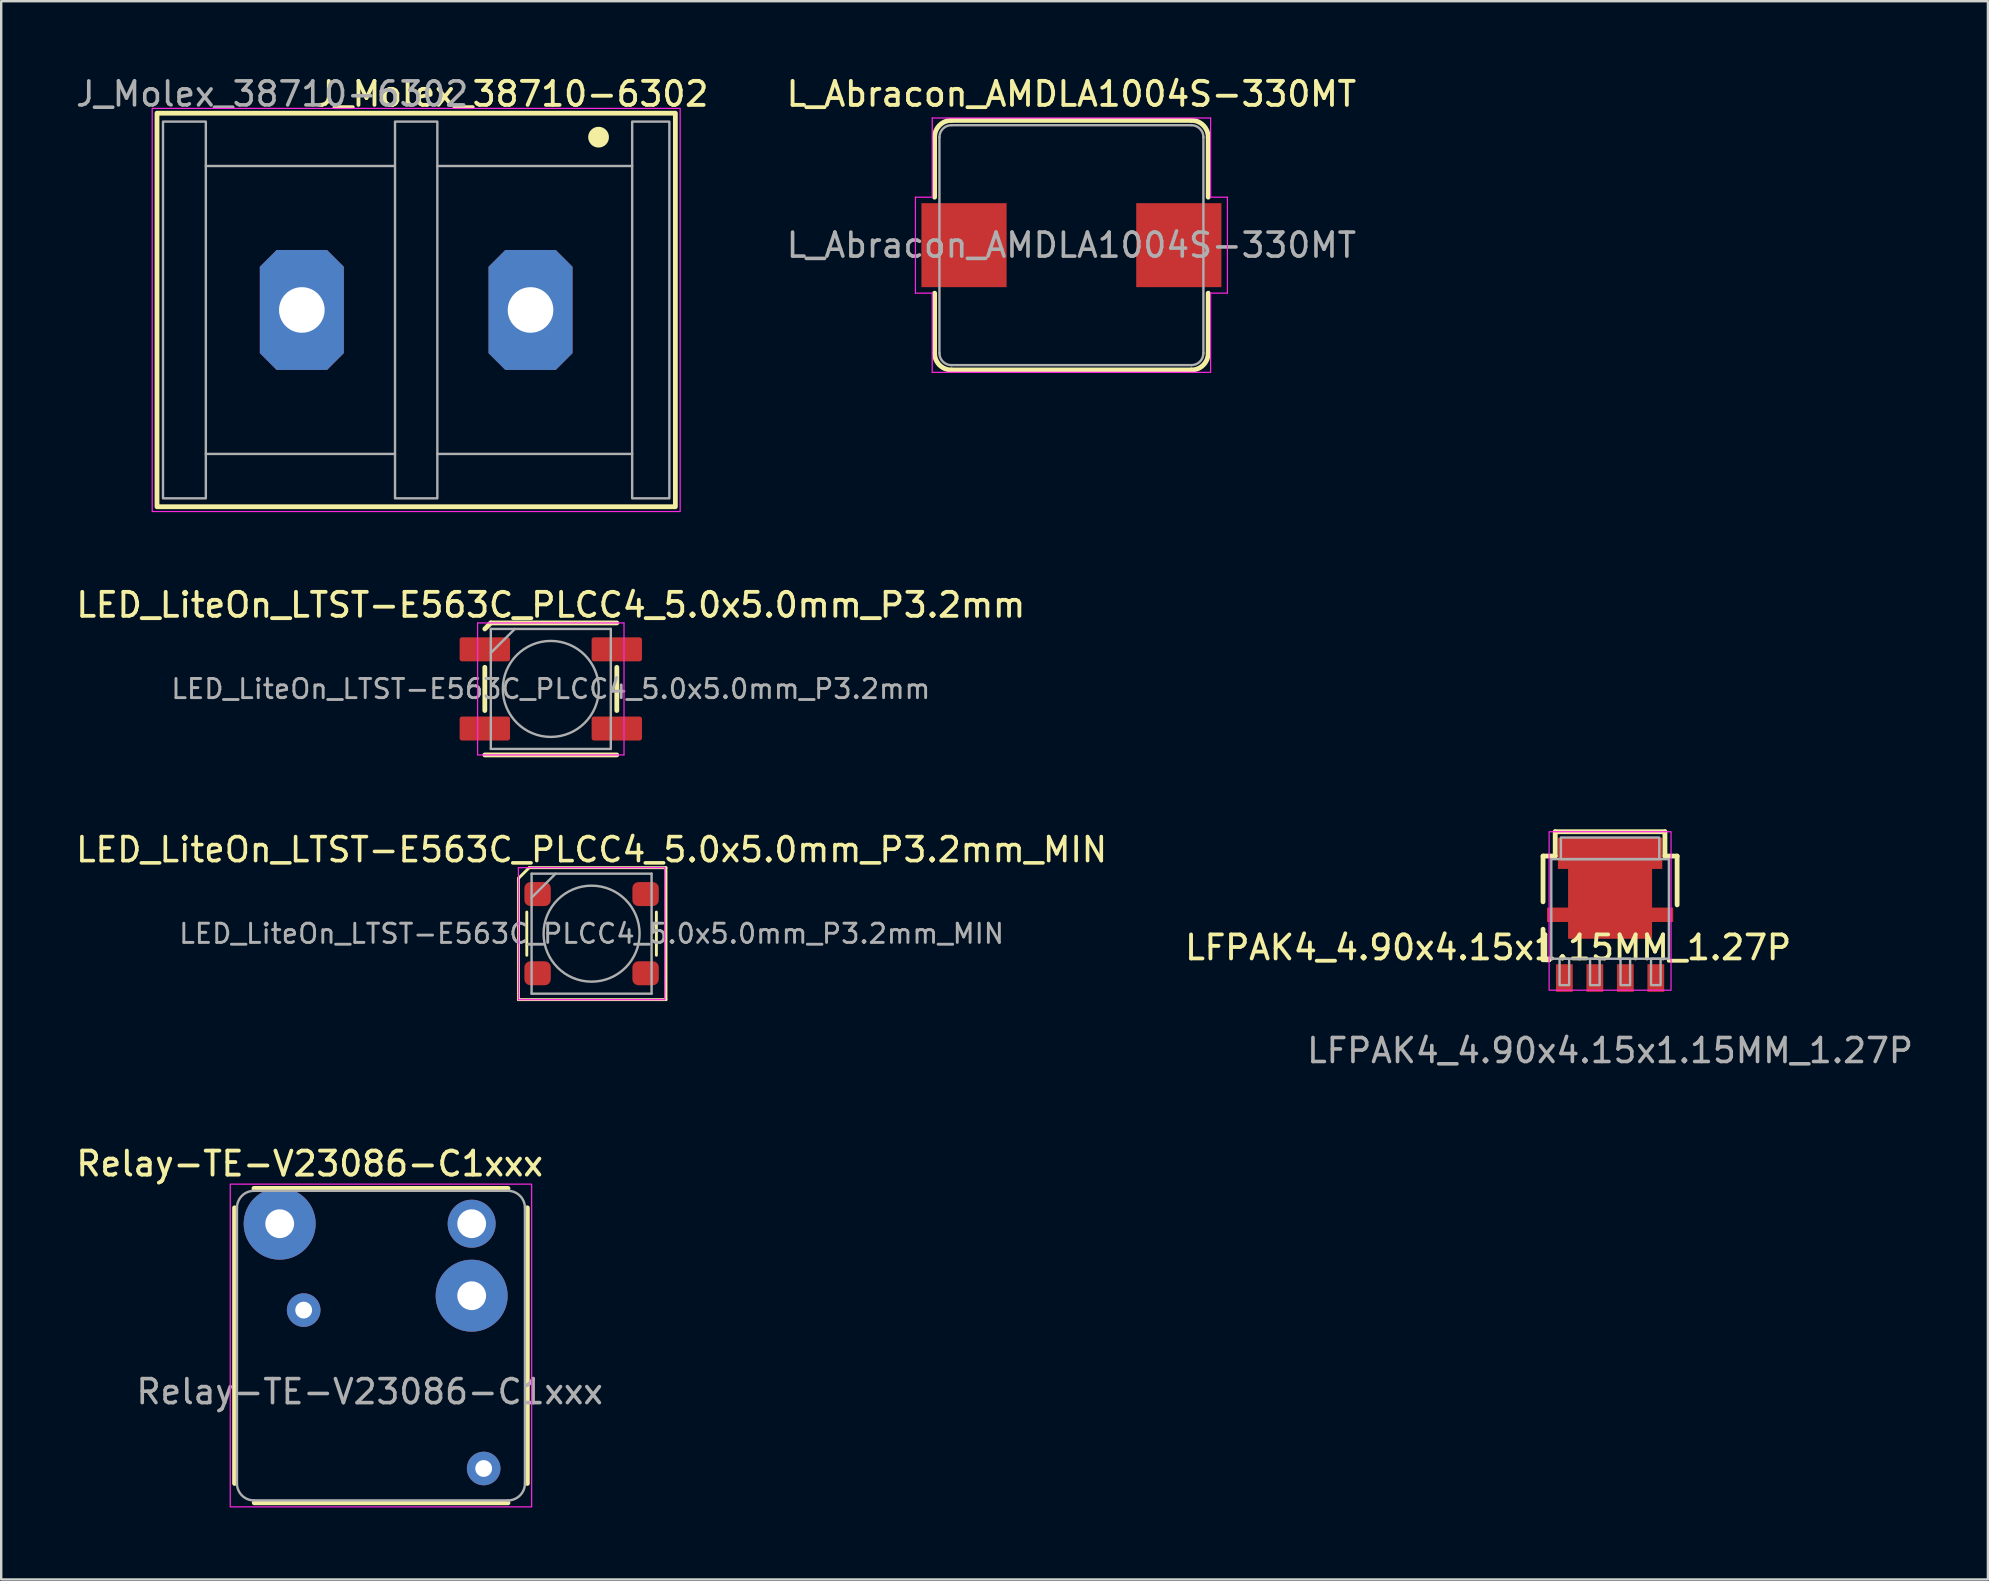
<source format=kicad_pcb>
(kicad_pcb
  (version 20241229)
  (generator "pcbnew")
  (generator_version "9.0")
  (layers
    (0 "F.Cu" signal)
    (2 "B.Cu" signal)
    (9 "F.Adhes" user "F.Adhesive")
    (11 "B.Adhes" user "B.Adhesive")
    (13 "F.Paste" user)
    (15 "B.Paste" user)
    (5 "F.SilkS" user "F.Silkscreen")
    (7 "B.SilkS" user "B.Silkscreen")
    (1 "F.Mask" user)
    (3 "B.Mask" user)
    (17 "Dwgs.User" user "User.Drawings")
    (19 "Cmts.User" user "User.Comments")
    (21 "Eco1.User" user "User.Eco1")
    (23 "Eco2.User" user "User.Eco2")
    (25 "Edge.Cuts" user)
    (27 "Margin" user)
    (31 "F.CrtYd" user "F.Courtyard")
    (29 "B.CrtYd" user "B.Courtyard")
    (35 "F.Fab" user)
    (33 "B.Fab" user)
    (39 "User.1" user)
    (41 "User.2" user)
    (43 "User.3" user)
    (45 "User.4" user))
  (footprint "Relay-TE-V23086-C1xxx"
    (layer "F.Cu")
    (at 8.104 47.941)
    (property "Reference" "Relay-TE-V23086-C1xxx" (at 1.75 -2.5 0) (unlocked yes) (layer "F.SilkS") (effects (font (size 1 1) (thickness 0.16))))
    (attr through_hole)
    (fp_line (start -1.38 -0.663) (end -1.38 10.823) (stroke (width 0.2) (type solid)) (layer "F.SilkS"))
    (fp_line (start -0.573 -1.47) (end 10.013 -1.47) (stroke (width 0.2) (type solid)) (layer "F.SilkS"))
    (fp_line (start -0.56 11.63) (end 10.013 11.63) (stroke (width 0.2) (type solid)) (layer "F.SilkS"))
    (fp_line (start 10.82 -0.663) (end 10.82 10.823) (stroke (width 0.2) (type solid)) (layer "F.SilkS"))
    (fp_rect (start -1.56 -1.65) (end 11 11.8) (stroke (width 0.05) (type solid)) (fill no) (layer "F.CrtYd"))
    (fp_line (start -1.28 -0.663) (end -1.28 10.823) (stroke (width 0.1) (type default)) (layer "F.Fab"))
    (fp_line (start -0.573 -1.37) (end 10.013 -1.37) (stroke (width 0.1) (type default)) (layer "F.Fab"))
    (fp_line (start -0.56 11.53) (end 10.013 11.53) (stroke (width 0.1) (type solid)) (layer "F.Fab"))
    (fp_line (start 10.72 -0.663) (end 10.72 10.823) (stroke (width 0.1) (type solid)) (layer "F.Fab"))
    (fp_arc (start -1.28 -0.662893) (mid -1.072893 -1.162893) (end -0.572893 -1.37) (stroke (width 0.1) (type default)) (layer "F.Fab"))
    (fp_arc (start -0.572893 11.53) (mid -1.072893 11.322893) (end -1.28 10.822893) (stroke (width 0.1) (type default)) (layer "F.Fab"))
    (fp_arc (start 10.012895 -1.37) (mid 10.512819 -1.162924) (end 10.719895 -0.663) (stroke (width 0.1) (type default)) (layer "F.Fab"))
    (fp_arc (start 10.719893 10.822893) (mid 10.512817 11.322817) (end 10.012893 11.529893) (stroke (width 0.1) (type default)) (layer "F.Fab"))
    (fp_text user "${REFERENCE}" (at 4.25 7 0) (unlocked yes) (layer "F.Fab") (effects (font (size 1 1) (thickness 0.15))))
    (pad "1" thru_hole circle (at 1.5 3.6) (size 1.4 1.4) (drill 0.7) (layers "*.Cu" "*.Mask"))
    (pad "2" thru_hole circle (at 9 10.2) (size 1.4 1.4) (drill 0.7) (layers "*.Cu" "*.Mask"))
    (pad "3" thru_hole circle (at 8.5 0) (size 2 2) (drill 1.2) (layers "*.Cu" "*.Mask"))
    (pad "4" thru_hole circle (at 0.5 0) (size 3 3) (drill 1.2) (layers "*.Cu" "*.Mask"))
    (pad "5" thru_hole circle (at 8.5 3) (size 3 3) (drill 1.2) (layers "*.Cu" "*.Mask")))
  (footprint "L_Abracon_AMDLA1004S-330MT"
    (layer "F.Cu")
    (at 41.595 7.166)
    (property "Reference" "L_Abracon_AMDLA1004S-330MT" (at 0 -6.3 0) (layer "F.SilkS") (effects (font (size 1 1) (thickness 0.16))))
    (attr smd)
    (fp_line (start -5.7 -2) (end -5.7 -4.5) (stroke (width 0.2) (type solid)) (layer "F.SilkS"))
    (fp_line (start -5.7 2) (end -5.7 4.5) (stroke (width 0.2) (type solid)) (layer "F.SilkS"))
    (fp_line (start -5 -5.2) (end 5 -5.2) (stroke (width 0.2) (type solid)) (layer "F.SilkS"))
    (fp_line (start 5 5.2) (end -5 5.2) (stroke (width 0.2) (type solid)) (layer "F.SilkS"))
    (fp_line (start 5.7 -4.5) (end 5.7 -2) (stroke (width 0.2) (type solid)) (layer "F.SilkS"))
    (fp_line (start 5.7 2) (end 5.7 4.5) (stroke (width 0.2) (type solid)) (layer "F.SilkS"))
    (fp_arc (start -5.7 -4.5) (mid -5.494975 -4.994975) (end -5 -5.2) (stroke (width 0.2) (type solid)) (layer "F.SilkS"))
    (fp_arc (start -5 5.2) (mid -5.494975 4.994975) (end -5.7 4.5) (stroke (width 0.2) (type solid)) (layer "F.SilkS"))
    (fp_arc (start 5 -5.2) (mid 5.494975 -4.994975) (end 5.7 -4.5) (stroke (width 0.2) (type solid)) (layer "F.SilkS"))
    (fp_arc (start 5.7 4.5) (mid 5.494975 4.994975) (end 5 5.2) (stroke (width 0.2) (type solid)) (layer "F.SilkS"))
    (fp_line (start -6.5 -2) (end -6.5 2) (stroke (width 0.05) (type solid)) (layer "F.CrtYd"))
    (fp_line (start -6.5 -2) (end -5.8 -2) (stroke (width 0.05) (type solid)) (layer "F.CrtYd"))
    (fp_line (start -5.8 -5.3) (end 5.8 -5.3) (stroke (width 0.05) (type default)) (layer "F.CrtYd"))
    (fp_line (start -5.8 -2) (end -5.8 -5.3) (stroke (width 0.05) (type default)) (layer "F.CrtYd"))
    (fp_line (start -5.8 2) (end -6.5 2) (stroke (width 0.05) (type solid)) (layer "F.CrtYd"))
    (fp_line (start -5.8 5.3) (end -5.8 2) (stroke (width 0.05) (type default)) (layer "F.CrtYd"))
    (fp_line (start 5.8 -5.3) (end 5.8 -2) (stroke (width 0.05) (type default)) (layer "F.CrtYd"))
    (fp_line (start 5.8 2) (end 5.8 5.3) (stroke (width 0.05) (type default)) (layer "F.CrtYd"))
    (fp_line (start 5.8 5.3) (end -5.8 5.3) (stroke (width 0.05) (type default)) (layer "F.CrtYd"))
    (fp_line (start 6.5 -2) (end 5.8 -2) (stroke (width 0.05) (type solid)) (layer "F.CrtYd"))
    (fp_line (start 6.5 -2) (end 6.5 2) (stroke (width 0.05) (type solid)) (layer "F.CrtYd"))
    (fp_line (start 6.5 2) (end 5.8 2) (stroke (width 0.05) (type solid)) (layer "F.CrtYd"))
    (fp_line (start -5.5 -4.5) (end -5.5 4.5) (stroke (width 0.1) (type solid)) (layer "F.Fab"))
    (fp_line (start -5 -5) (end 5 -5) (stroke (width 0.1) (type solid)) (layer "F.Fab"))
    (fp_line (start 5 5) (end -5 5) (stroke (width 0.1) (type solid)) (layer "F.Fab"))
    (fp_line (start 5.5 -4.5) (end 5.5 4.5) (stroke (width 0.1) (type solid)) (layer "F.Fab"))
    (fp_arc (start -5.5 -4.5) (mid -5.353553 -4.853553) (end -5 -5) (stroke (width 0.1) (type default)) (layer "F.Fab"))
    (fp_arc (start -5 5) (mid -5.353553 4.853553) (end -5.5 4.5) (stroke (width 0.1) (type default)) (layer "F.Fab"))
    (fp_arc (start 5 -5) (mid 5.353553 -4.853553) (end 5.5 -4.5) (stroke (width 0.1) (type default)) (layer "F.Fab"))
    (fp_arc (start 5.5 4.5) (mid 5.353553 4.853553) (end 5 5) (stroke (width 0.1) (type default)) (layer "F.Fab"))
    (fp_text user "${REFERENCE}" (at 0 0 0) (layer "F.Fab") (effects (font (size 1 1) (thickness 0.15))))
    (pad "1" smd rect (at -4.475 0) (size 3.55 3.5) (layers "F.Cu" "F.Mask" "F.Paste"))
    (pad "2" smd rect (at 4.475 0) (size 3.55 3.5) (layers "F.Cu" "F.Mask" "F.Paste")))
  (footprint "LED_LiteOn_LTST-E563C_PLCC4_5.0x5.0mm_P3.2mm_MIN"
    (layer "F.Cu")
    (at 21.601 35.855)
    (property "Reference" "LED_LiteOn_LTST-E563C_PLCC4_5.0x5.0mm_P3.2mm_MIN" (at 0 -3.5 0) (layer "F.SilkS") (effects (font (size 1 1) (thickness 0.15))))
    (attr smd)
    (fp_line (start -3.05 -2.3) (end -3.05 2.75) (stroke (width 0.12) (type default)) (layer "F.SilkS"))
    (fp_line (start -2.7 -0.9) (end -2.7 0.9) (stroke (width 0.12) (type default)) (layer "F.SilkS"))
    (fp_line (start -2.6 -2.75) (end -3.05 -2.3) (stroke (width 0.12) (type default)) (layer "F.SilkS"))
    (fp_line (start 2.7 -0.9) (end 2.7 0.9) (stroke (width 0.12) (type default)) (layer "F.SilkS"))
    (fp_line (start 3.1 -2.75) (end -2.6 -2.75) (stroke (width 0.12) (type solid)) (layer "F.SilkS"))
    (fp_line (start 3.1 2.75) (end -3.05 2.75) (stroke (width 0.12) (type solid)) (layer "F.SilkS"))
    (fp_line (start 3.1 2.75) (end 3.1 -2.75) (stroke (width 0.12) (type default)) (layer "F.SilkS"))
    (fp_line (start -3.05 -2.75) (end -3.05 2.75) (stroke (width 0.05) (type solid)) (layer "F.CrtYd"))
    (fp_line (start -3.05 2.75) (end 3.05 2.75) (stroke (width 0.05) (type solid)) (layer "F.CrtYd"))
    (fp_line (start 3.05 -2.75) (end -3.05 -2.75) (stroke (width 0.05) (type solid)) (layer "F.CrtYd"))
    (fp_line (start 3.05 2.75) (end 3.05 -2.75) (stroke (width 0.05) (type solid)) (layer "F.CrtYd"))
    (fp_line (start -2.5 -2.5) (end -2.5 2.5) (stroke (width 0.1) (type solid)) (layer "F.Fab"))
    (fp_line (start -2.5 -1.5) (end -1.5 -2.5) (stroke (width 0.1) (type solid)) (layer "F.Fab"))
    (fp_line (start -2.5 2.5) (end 2.5 2.5) (stroke (width 0.1) (type solid)) (layer "F.Fab"))
    (fp_line (start 2.5 -2.5) (end -2.5 -2.5) (stroke (width 0.1) (type solid)) (layer "F.Fab"))
    (fp_line (start 2.5 2.5) (end 2.5 -2.5) (stroke (width 0.1) (type solid)) (layer "F.Fab"))
    (fp_circle (center 0 0) (end 0 2) (stroke (width 0.1) (type solid)) (fill no) (layer "F.Fab"))
    (fp_text user "${REFERENCE}" (at 0 0 0) (layer "F.Fab") (effects (font (size 0.8 0.8) (thickness 0.12))))
    (pad "1" smd roundrect (at -2.25 -1.65) (size 1.1 1) (layers "F.Cu" "F.Mask" "F.Paste") (roundrect_rratio 0.25))
    (pad "2" smd roundrect (at -2.25 1.65) (size 1.1 1) (layers "F.Cu" "F.Mask" "F.Paste") (roundrect_rratio 0.25))
    (pad "3" smd roundrect (at 2.25 -1.65) (size 1.1 1) (layers "F.Cu" "F.Mask" "F.Paste") (roundrect_rratio 0.25))
    (pad "4" smd roundrect (at 2.25 1.65) (size 1.1 1) (layers "F.Cu" "F.Mask" "F.Paste") (roundrect_rratio 0.25)))
  (footprint "LED_LiteOn_LTST-E563C_PLCC4_5.0x5.0mm_P3.2mm"
    (layer "F.Cu")
    (at 19.902 25.657)
    (property "Reference" "LED_LiteOn_LTST-E563C_PLCC4_5.0x5.0mm_P3.2mm" (at 0 -3.5 0) (layer "F.SilkS") (effects (font (size 1 1) (thickness 0.16))))
    (attr smd)
    (fp_line (start -2.75 -0.9) (end -2.75 0.9) (stroke (width 0.2) (type solid)) (layer "F.SilkS"))
    (fp_line (start -2.5 -2.75) (end -2.75 -2.5) (stroke (width 0.2) (type solid)) (layer "F.SilkS"))
    (fp_line (start 2.75 -2.75) (end -2.5 -2.75) (stroke (width 0.2) (type solid)) (layer "F.SilkS"))
    (fp_line (start 2.75 -0.9) (end 2.75 0.9) (stroke (width 0.2) (type solid)) (layer "F.SilkS"))
    (fp_line (start 2.75 2.75) (end -2.75 2.75) (stroke (width 0.2) (type solid)) (layer "F.SilkS"))
    (fp_line (start -3.05 -2.75) (end -3.05 2.75) (stroke (width 0.05) (type solid)) (layer "F.CrtYd"))
    (fp_line (start -3.05 2.75) (end 3.05 2.75) (stroke (width 0.05) (type solid)) (layer "F.CrtYd"))
    (fp_line (start 3.05 -2.75) (end -3.05 -2.75) (stroke (width 0.05) (type solid)) (layer "F.CrtYd"))
    (fp_line (start 3.05 2.75) (end 3.05 -2.75) (stroke (width 0.05) (type solid)) (layer "F.CrtYd"))
    (fp_line (start -2.5 -2.5) (end -2.5 2.5) (stroke (width 0.1) (type solid)) (layer "F.Fab"))
    (fp_line (start -2.5 -1.5) (end -1.5 -2.5) (stroke (width 0.1) (type solid)) (layer "F.Fab"))
    (fp_line (start -2.5 2.5) (end 2.5 2.5) (stroke (width 0.1) (type solid)) (layer "F.Fab"))
    (fp_line (start 2.5 -2.5) (end -2.5 -2.5) (stroke (width 0.1) (type solid)) (layer "F.Fab"))
    (fp_line (start 2.5 2.5) (end 2.5 -2.5) (stroke (width 0.1) (type solid)) (layer "F.Fab"))
    (fp_circle (center 0 0) (end 0 2) (stroke (width 0.1) (type solid)) (fill no) (layer "F.Fab"))
    (fp_text user "${REFERENCE}" (at 0 0 0) (layer "F.Fab") (effects (font (size 0.8 0.8) (thickness 0.12))))
    (pad "1" smd roundrect (at -2.75 -1.65) (size 2.1 1) (layers "F.Cu" "F.Mask" "F.Paste") (roundrect_rratio 0.1))
    (pad "2" smd roundrect (at -2.75 1.65) (size 2.1 1) (layers "F.Cu" "F.Mask" "F.Paste") (roundrect_rratio 0.1))
    (pad "3" smd roundrect (at 2.75 -1.65) (size 2.1 1) (layers "F.Cu" "F.Mask" "F.Paste") (roundrect_rratio 0.1))
    (pad "4" smd roundrect (at 2.75 1.65) (size 2.1 1) (layers "F.Cu" "F.Mask" "F.Paste") (roundrect_rratio 0.1)))
  (footprint "J_Molex_38710-6302"
    (layer "F.Cu")
    (at 14.292 9.866)
    (property "Reference" "J_Molex_38710-6302" (at 4 -9 0) (unlocked yes) (layer "F.SilkS") (effects (font (size 1 1) (thickness 0.16))))
    (attr smd)
    (fp_rect (start -10.8 -8.2) (end 10.8 8.2) (stroke (width 0.2) (type solid)) (fill no) (layer "F.SilkS"))
    (fp_circle (center 7.6 -7.2) (end 7.8 -7) (stroke (width 0.3) (type solid)) (fill yes) (layer "F.SilkS"))
    (fp_rect (start -11 -8.4) (end 11 8.4) (stroke (width 0.05) (type default)) (fill no) (layer "F.CrtYd"))
    (fp_line (start -0.9 -6) (end -8.765 -6) (stroke (width 0.1) (type solid)) (layer "F.Fab"))
    (fp_line (start -0.882 6) (end -8.765 6) (stroke (width 0.1) (type solid)) (layer "F.Fab"))
    (fp_line (start 9 -6) (end 0.882 -6) (stroke (width 0.1) (type solid)) (layer "F.Fab"))
    (fp_line (start 9 6) (end 0.882 6) (stroke (width 0.1) (type solid)) (layer "F.Fab"))
    (fp_rect (start -10.55 -7.85) (end -8.765 7.85) (stroke (width 0.1) (type default)) (fill no) (layer "F.Fab"))
    (fp_rect (start -0.882 -7.85) (end 0.882 7.85) (stroke (width 0.1) (type solid)) (fill no) (layer "F.Fab"))
    (fp_rect (start 9 -7.85) (end 10.55 7.85) (stroke (width 0.1) (type default)) (fill no) (layer "F.Fab"))
    (fp_text user "${REFERENCE}" (at -6 -9 0) (unlocked yes) (layer "F.Fab") (effects (font (size 1 1) (thickness 0.15))))
    (pad "1" thru_hole roundrect (at 4.765 0) (size 3.5 5) (drill 1.9) (layers "*.Cu" "*.Mask") (roundrect_rratio 0) (chamfer_ratio 0.2) (chamfer top_left top_right bottom_left bottom_right))
    (pad "2" thru_hole roundrect (at -4.765 0) (size 3.5 5) (drill 1.9) (layers "*.Cu" "*.Mask") (roundrect_rratio 0) (chamfer_ratio 0.2) (chamfer top_left top_right bottom_left bottom_right)))
  (footprint "LFPAK4_4.90x4.15x1.15MM_1.27P"
    (layer "F.Cu")
    (at 64.041 37.703)
    (property "Reference" "LFPAK4_4.90x4.15x1.15MM_1.27P" (at -5.08 -1.27 0) (unlocked yes) (layer "F.SilkS") (effects (font (size 1 1) (thickness 0.16))))
    (attr smd)
    (fp_line (start -2.794 -5.08) (end -2.794 -3.175) (stroke (width 0.2) (type solid)) (layer "F.SilkS"))
    (fp_line (start -2.794 -5.08) (end -2.286 -5.08) (stroke (width 0.2) (type solid)) (layer "F.SilkS"))
    (fp_line (start -2.794 -2.032) (end -2.794 -0.762) (stroke (width 0.2) (type solid)) (layer "F.SilkS"))
    (fp_line (start -2.794 -0.762) (end -2.54 -0.762) (stroke (width 0.2) (type solid)) (layer "F.SilkS"))
    (fp_line (start -2.54 -0.762) (end -2.667 -0.762) (stroke (width 0.2) (type solid)) (layer "F.SilkS"))
    (fp_line (start -2.286 -6.096) (end 2.286 -6.096) (stroke (width 0.2) (type solid)) (layer "F.SilkS"))
    (fp_line (start -2.286 -5.08) (end -2.286 -6.096) (stroke (width 0.2) (type solid)) (layer "F.SilkS"))
    (fp_line (start 2.286 -6.096) (end 2.286 -5.08) (stroke (width 0.2) (type solid)) (layer "F.SilkS"))
    (fp_line (start 2.286 -5.08) (end 2.794 -5.08) (stroke (width 0.2) (type solid)) (layer "F.SilkS"))
    (fp_line (start 2.794 -5.08) (end 2.794 -3.048) (stroke (width 0.2) (type solid)) (layer "F.SilkS"))
    (fp_rect (start -2.54 -6.096) (end 2.54 0.508) (stroke (width 0.05) (type default)) (fill no) (layer "F.CrtYd"))
    (fp_rect (start -2.45 -4.954) (end 2.45 -0.804) (stroke (width 0.1) (type solid)) (fill no) (layer "F.Fab"))
    (fp_rect (start -2.105 -0.804) (end -1.705 0.296) (stroke (width 0.1) (type solid)) (fill no) (layer "F.Fab"))
    (fp_rect (start -2.05 -5.854) (end 2.05 -4.954) (stroke (width 0.1) (type solid)) (fill no) (layer "F.Fab"))
    (fp_rect (start -0.835 -0.804) (end -0.435 0.296) (stroke (width 0.1) (type solid)) (fill no) (layer "F.Fab"))
    (fp_rect (start 0.435 -0.804) (end 0.835 0.296) (stroke (width 0.1) (type solid)) (fill no) (layer "F.Fab"))
    (fp_rect (start 1.705 -0.804) (end 2.105 0.296) (stroke (width 0.1) (type solid)) (fill no) (layer "F.Fab"))
    (fp_text user "${REFERENCE}" (at 0 3.024 0) (unlocked yes) (layer "F.Fab") (effects (font (size 1 1) (thickness 0.15))))
    (pad "1" smd rect (at -1.905 0) (size 0.7 1.15) (layers "F.Cu" "F.Mask" "F.Paste"))
    (pad "2" smd rect (at -0.635 0) (size 0.7 1.15) (layers "F.Cu" "F.Mask" "F.Paste"))
    (pad "3" smd rect (at 0.635 0) (size 0.7 1.15) (layers "F.Cu" "F.Mask" "F.Paste"))
    (pad "4" smd rect (at 1.905 0) (size 0.7 1.15) (layers "F.Cu" "F.Mask" "F.Paste"))
    (pad "5" smd custom (at 0 -3.665) (size 3.5 4.06) (layers "F.Cu" "F.Mask" "F.Paste") (options (anchor rect)) (primitives (gr_poly (pts (xy -2.175 -2.18) (xy 2.175 -2.18) (xy 2.175 -0.88) (xy 1.75 -0.88) (xy 1.75 0.73) (xy 2.63 0.73) (xy 2.63 1.33) (xy 1.75 1.33) (xy 1.75 2.03) (xy -1.75 2.03) (xy -1.75 1.33) (xy -2.63 1.33) (xy -2.63 0.73) (xy -1.75 0.73) (xy -1.75 -0.88) (xy -2.175 -0.88)) (width 0) (fill yes)))))
  (gr_rect
    (start -3 -3)
    (end 79.785 62.766)
    (stroke (width 0.1) (type default))
    (fill no)
    (layer "Edge.Cuts")))
</source>
